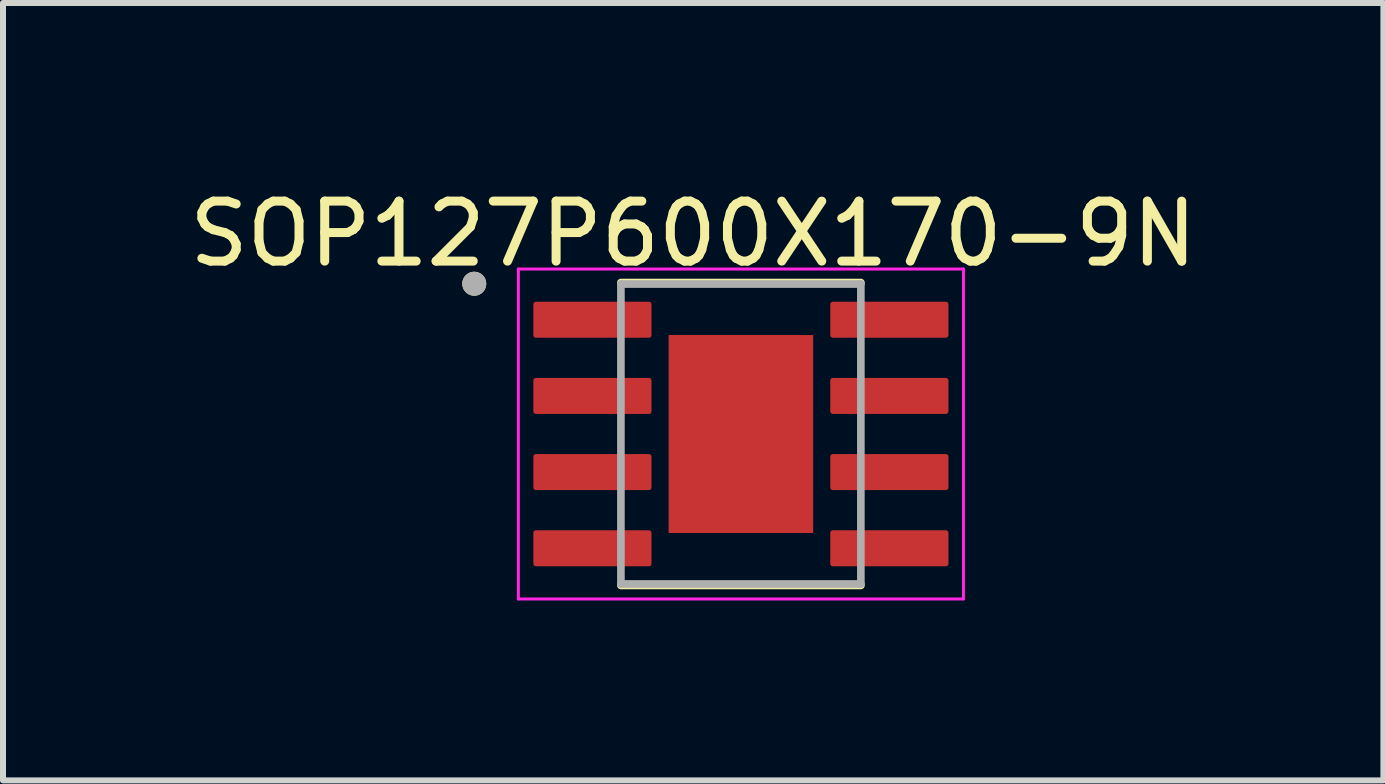
<source format=kicad_pcb>
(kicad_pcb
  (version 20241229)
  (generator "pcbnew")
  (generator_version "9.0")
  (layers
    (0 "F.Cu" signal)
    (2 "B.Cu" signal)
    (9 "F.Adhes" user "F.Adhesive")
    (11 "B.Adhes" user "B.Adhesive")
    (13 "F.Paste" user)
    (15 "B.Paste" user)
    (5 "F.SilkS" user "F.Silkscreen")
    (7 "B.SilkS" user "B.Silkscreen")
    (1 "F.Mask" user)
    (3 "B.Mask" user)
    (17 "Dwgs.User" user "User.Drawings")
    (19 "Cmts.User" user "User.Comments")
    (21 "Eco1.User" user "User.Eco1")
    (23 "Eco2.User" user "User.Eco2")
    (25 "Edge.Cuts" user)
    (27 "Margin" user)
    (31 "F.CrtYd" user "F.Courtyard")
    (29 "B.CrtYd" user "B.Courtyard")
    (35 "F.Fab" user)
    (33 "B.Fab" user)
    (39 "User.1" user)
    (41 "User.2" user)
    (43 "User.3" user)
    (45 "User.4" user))
  (footprint "SOP127P600X170-9N"
    (layer "F.Cu")
    (at 9.301 4.185)
    (property "Reference" "SOP127P600X170-9N" (at -0.795 -3.337 0) (layer "F.SilkS") (effects (font (size 1 1) (thickness 0.15))))
    (attr through_hole)
    (fp_line (start -2 -2.525) (end 2 -2.525) (stroke (width 0.127) (type solid)) (layer "F.SilkS"))
    (fp_line (start -2 2.525) (end 2 2.525) (stroke (width 0.127) (type solid)) (layer "F.SilkS"))
    (fp_circle (center -4.445 -2.505) (end -4.345 -2.505) (stroke (width 0.2) (type solid)) (fill no) (layer "F.SilkS"))
    (fp_poly (pts (xy -0.76 -1.04) (xy 0.76 -1.04) (xy 0.76 1.04) (xy -0.76 1.04)) (stroke (width 0.01) (type solid)) (fill yes) (layer "F.Paste"))
    (fp_line (start -3.71 -2.75) (end -3.71 2.75) (stroke (width 0.05) (type solid)) (layer "F.CrtYd"))
    (fp_line (start -3.71 -2.75) (end 3.71 -2.75) (stroke (width 0.05) (type solid)) (layer "F.CrtYd"))
    (fp_line (start -3.71 2.75) (end 3.71 2.75) (stroke (width 0.05) (type solid)) (layer "F.CrtYd"))
    (fp_line (start 3.71 -2.75) (end 3.71 2.75) (stroke (width 0.05) (type solid)) (layer "F.CrtYd"))
    (fp_line (start -2 -2.5) (end -2 2.5) (stroke (width 0.127) (type solid)) (layer "F.Fab"))
    (fp_line (start -2 -2.5) (end 2 -2.5) (stroke (width 0.127) (type solid)) (layer "F.Fab"))
    (fp_line (start -2 2.5) (end 2 2.5) (stroke (width 0.127) (type solid)) (layer "F.Fab"))
    (fp_line (start 2 -2.5) (end 2 2.5) (stroke (width 0.127) (type solid)) (layer "F.Fab"))
    (fp_circle (center -4.445 -2.505) (end -4.345 -2.505) (stroke (width 0.2) (type solid)) (fill no) (layer "F.Fab"))
    (pad "1" smd roundrect (at -2.475 -1.905) (size 1.97 0.6) (layers "F.Cu" "F.Mask" "F.Paste") (roundrect_rratio 0.07))
    (pad "2" smd roundrect (at -2.475 -0.635) (size 1.97 0.6) (layers "F.Cu" "F.Mask" "F.Paste") (roundrect_rratio 0.07))
    (pad "3" smd roundrect (at -2.475 0.635) (size 1.97 0.6) (layers "F.Cu" "F.Mask" "F.Paste") (roundrect_rratio 0.07))
    (pad "4" smd roundrect (at -2.475 1.905) (size 1.97 0.6) (layers "F.Cu" "F.Mask" "F.Paste") (roundrect_rratio 0.07))
    (pad "5" smd roundrect (at 2.475 1.905) (size 1.97 0.6) (layers "F.Cu" "F.Mask" "F.Paste") (roundrect_rratio 0.07))
    (pad "6" smd roundrect (at 2.475 0.635) (size 1.97 0.6) (layers "F.Cu" "F.Mask" "F.Paste") (roundrect_rratio 0.07))
    (pad "7" smd roundrect (at 2.475 -0.635) (size 1.97 0.6) (layers "F.Cu" "F.Mask" "F.Paste") (roundrect_rratio 0.07))
    (pad "8" smd roundrect (at 2.475 -1.905) (size 1.97 0.6) (layers "F.Cu" "F.Mask" "F.Paste") (roundrect_rratio 0.07))
    (pad "9" smd rect (at 0 0) (size 2.41 3.3) (layers "F.Cu" "F.Mask")))
  (gr_rect
    (start -3 -3)
    (end 20.012 9.96)
    (stroke (width 0.1) (type default))
    (fill no)
    (layer "Edge.Cuts")))
</source>
